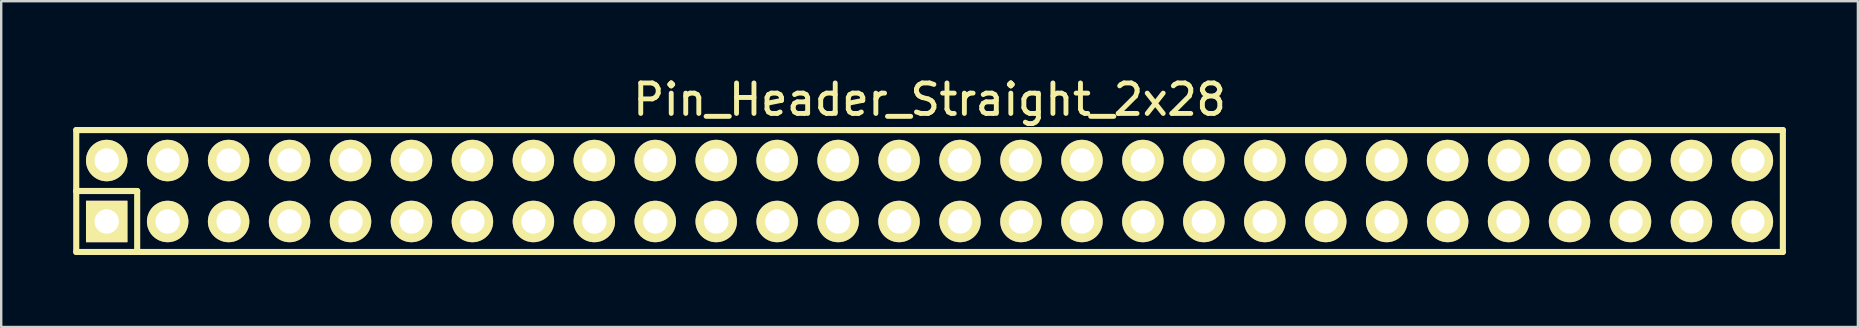
<source format=kicad_pcb>
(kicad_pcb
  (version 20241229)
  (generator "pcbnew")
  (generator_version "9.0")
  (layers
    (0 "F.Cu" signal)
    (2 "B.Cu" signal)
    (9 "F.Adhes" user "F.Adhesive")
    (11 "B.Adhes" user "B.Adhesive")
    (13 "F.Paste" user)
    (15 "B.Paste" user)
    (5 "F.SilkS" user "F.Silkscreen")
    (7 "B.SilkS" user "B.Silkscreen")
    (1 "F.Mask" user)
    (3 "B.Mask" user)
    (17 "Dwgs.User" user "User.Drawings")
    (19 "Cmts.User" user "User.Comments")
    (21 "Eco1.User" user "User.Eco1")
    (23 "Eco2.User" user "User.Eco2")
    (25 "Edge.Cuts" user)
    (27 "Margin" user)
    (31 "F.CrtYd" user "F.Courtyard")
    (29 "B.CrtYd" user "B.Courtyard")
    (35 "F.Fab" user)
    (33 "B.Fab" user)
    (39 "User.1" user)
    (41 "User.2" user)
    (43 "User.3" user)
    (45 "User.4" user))
  (footprint "Pin_Header_Straight_2x28"
    (layer "F.Cu")
    (at 35.687 4.91)
    (property "Reference" "Pin_Header_Straight_2x28" (at 0 -3.81 0) (layer "F.SilkS") (effects (font (size 1.27 1.27) (thickness 0.203))))
    (attr through_hole)
    (fp_line (start -35.56 -2.54) (end -35.56 0) (stroke (width 0.254) (type solid)) (layer "F.SilkS"))
    (fp_line (start -35.56 -2.54) (end 35.56 -2.54) (stroke (width 0.254) (type solid)) (layer "F.SilkS"))
    (fp_line (start -35.56 0) (end -33.02 0) (stroke (width 0.254) (type solid)) (layer "F.SilkS"))
    (fp_line (start -35.56 2.54) (end -35.56 0) (stroke (width 0.254) (type solid)) (layer "F.SilkS"))
    (fp_line (start -35.56 2.54) (end -33.02 2.54) (stroke (width 0.254) (type solid)) (layer "F.SilkS"))
    (fp_line (start -33.02 0) (end -33.02 2.54) (stroke (width 0.254) (type solid)) (layer "F.SilkS"))
    (fp_line (start -33.02 2.54) (end 35.56 2.54) (stroke (width 0.254) (type solid)) (layer "F.SilkS"))
    (fp_line (start 35.56 -2.54) (end 35.56 2.54) (stroke (width 0.254) (type solid)) (layer "F.SilkS"))
    (pad "1" thru_hole rect (at -34.29 1.27) (size 1.727 1.727) (drill 1.016) (layers "*.Cu" "*.Mask" "F.SilkS"))
    (pad "2" thru_hole oval (at -31.75 1.27) (size 1.727 1.727) (drill 1.016) (layers "*.Cu" "*.Mask" "F.SilkS"))
    (pad "3" thru_hole oval (at -29.21 1.27) (size 1.727 1.727) (drill 1.016) (layers "*.Cu" "*.Mask" "F.SilkS"))
    (pad "4" thru_hole oval (at -26.67 1.27) (size 1.727 1.727) (drill 1.016) (layers "*.Cu" "*.Mask" "F.SilkS"))
    (pad "5" thru_hole oval (at -24.13 1.27) (size 1.727 1.727) (drill 1.016) (layers "*.Cu" "*.Mask" "F.SilkS"))
    (pad "6" thru_hole oval (at -21.59 1.27) (size 1.727 1.727) (drill 1.016) (layers "*.Cu" "*.Mask" "F.SilkS"))
    (pad "7" thru_hole oval (at -19.05 1.27) (size 1.727 1.727) (drill 1.016) (layers "*.Cu" "*.Mask" "F.SilkS"))
    (pad "8" thru_hole oval (at -16.51 1.27) (size 1.727 1.727) (drill 1.016) (layers "*.Cu" "*.Mask" "F.SilkS"))
    (pad "9" thru_hole oval (at -13.97 1.27) (size 1.727 1.727) (drill 1.016) (layers "*.Cu" "*.Mask" "F.SilkS"))
    (pad "10" thru_hole oval (at -11.43 1.27) (size 1.727 1.727) (drill 1.016) (layers "*.Cu" "*.Mask" "F.SilkS"))
    (pad "11" thru_hole oval (at -8.89 1.27) (size 1.727 1.727) (drill 1.016) (layers "*.Cu" "*.Mask" "F.SilkS"))
    (pad "12" thru_hole oval (at -6.35 1.27) (size 1.727 1.727) (drill 1.016) (layers "*.Cu" "*.Mask" "F.SilkS"))
    (pad "13" thru_hole oval (at -3.81 1.27) (size 1.727 1.727) (drill 1.016) (layers "*.Cu" "*.Mask" "F.SilkS"))
    (pad "14" thru_hole oval (at -1.27 1.27) (size 1.727 1.727) (drill 1.016) (layers "*.Cu" "*.Mask" "F.SilkS"))
    (pad "15" thru_hole oval (at 1.27 1.27) (size 1.727 1.727) (drill 1.016) (layers "*.Cu" "*.Mask" "F.SilkS"))
    (pad "16" thru_hole oval (at 3.81 1.27) (size 1.727 1.727) (drill 1.016) (layers "*.Cu" "*.Mask" "F.SilkS"))
    (pad "17" thru_hole oval (at 6.35 1.27) (size 1.727 1.727) (drill 1.016) (layers "*.Cu" "*.Mask" "F.SilkS"))
    (pad "18" thru_hole oval (at 8.89 1.27) (size 1.727 1.727) (drill 1.016) (layers "*.Cu" "*.Mask" "F.SilkS"))
    (pad "19" thru_hole oval (at 11.43 1.27) (size 1.727 1.727) (drill 1.016) (layers "*.Cu" "*.Mask" "F.SilkS"))
    (pad "20" thru_hole oval (at 13.97 1.27) (size 1.727 1.727) (drill 1.016) (layers "*.Cu" "*.Mask" "F.SilkS"))
    (pad "21" thru_hole oval (at 16.51 1.27) (size 1.727 1.727) (drill 1.016) (layers "*.Cu" "*.Mask" "F.SilkS"))
    (pad "22" thru_hole oval (at 19.05 1.27) (size 1.727 1.727) (drill 1.016) (layers "*.Cu" "*.Mask" "F.SilkS"))
    (pad "23" thru_hole oval (at 21.59 1.27) (size 1.727 1.727) (drill 1.016) (layers "*.Cu" "*.Mask" "F.SilkS"))
    (pad "24" thru_hole oval (at 24.13 1.27) (size 1.727 1.727) (drill 1.016) (layers "*.Cu" "*.Mask" "F.SilkS"))
    (pad "25" thru_hole oval (at 26.67 1.27) (size 1.727 1.727) (drill 1.016) (layers "*.Cu" "*.Mask" "F.SilkS"))
    (pad "26" thru_hole oval (at 29.21 1.27) (size 1.727 1.727) (drill 1.016) (layers "*.Cu" "*.Mask" "F.SilkS"))
    (pad "27" thru_hole oval (at 31.75 1.27) (size 1.727 1.727) (drill 1.016) (layers "*.Cu" "*.Mask" "F.SilkS"))
    (pad "28" thru_hole oval (at 34.29 1.27) (size 1.727 1.727) (drill 1.016) (layers "*.Cu" "*.Mask" "F.SilkS"))
    (pad "29" thru_hole oval (at 34.29 -1.27) (size 1.727 1.727) (drill 1.016) (layers "*.Cu" "*.Mask" "F.SilkS"))
    (pad "30" thru_hole oval (at 31.75 -1.27) (size 1.727 1.727) (drill 1.016) (layers "*.Cu" "*.Mask" "F.SilkS"))
    (pad "31" thru_hole oval (at 29.21 -1.27) (size 1.727 1.727) (drill 1.016) (layers "*.Cu" "*.Mask" "F.SilkS"))
    (pad "32" thru_hole oval (at 26.67 -1.27) (size 1.727 1.727) (drill 1.016) (layers "*.Cu" "*.Mask" "F.SilkS"))
    (pad "33" thru_hole oval (at 24.13 -1.27) (size 1.727 1.727) (drill 1.016) (layers "*.Cu" "*.Mask" "F.SilkS"))
    (pad "34" thru_hole oval (at 21.59 -1.27) (size 1.727 1.727) (drill 1.016) (layers "*.Cu" "*.Mask" "F.SilkS"))
    (pad "35" thru_hole oval (at 19.05 -1.27) (size 1.727 1.727) (drill 1.016) (layers "*.Cu" "*.Mask" "F.SilkS"))
    (pad "36" thru_hole oval (at 16.51 -1.27) (size 1.727 1.727) (drill 1.016) (layers "*.Cu" "*.Mask" "F.SilkS"))
    (pad "37" thru_hole oval (at 13.97 -1.27) (size 1.727 1.727) (drill 1.016) (layers "*.Cu" "*.Mask" "F.SilkS"))
    (pad "38" thru_hole oval (at 11.43 -1.27) (size 1.727 1.727) (drill 1.016) (layers "*.Cu" "*.Mask" "F.SilkS"))
    (pad "39" thru_hole oval (at 8.89 -1.27) (size 1.727 1.727) (drill 1.016) (layers "*.Cu" "*.Mask" "F.SilkS"))
    (pad "40" thru_hole oval (at 6.35 -1.27) (size 1.727 1.727) (drill 1.016) (layers "*.Cu" "*.Mask" "F.SilkS"))
    (pad "41" thru_hole oval (at 3.81 -1.27) (size 1.727 1.727) (drill 1.016) (layers "*.Cu" "*.Mask" "F.SilkS"))
    (pad "42" thru_hole oval (at 1.27 -1.27) (size 1.727 1.727) (drill 1.016) (layers "*.Cu" "*.Mask" "F.SilkS"))
    (pad "43" thru_hole oval (at -1.27 -1.27) (size 1.727 1.727) (drill 1.016) (layers "*.Cu" "*.Mask" "F.SilkS"))
    (pad "44" thru_hole oval (at -3.81 -1.27) (size 1.727 1.727) (drill 1.016) (layers "*.Cu" "*.Mask" "F.SilkS"))
    (pad "45" thru_hole oval (at -6.35 -1.27) (size 1.727 1.727) (drill 1.016) (layers "*.Cu" "*.Mask" "F.SilkS"))
    (pad "46" thru_hole oval (at -8.89 -1.27) (size 1.727 1.727) (drill 1.016) (layers "*.Cu" "*.Mask" "F.SilkS"))
    (pad "47" thru_hole oval (at -11.43 -1.27) (size 1.727 1.727) (drill 1.016) (layers "*.Cu" "*.Mask" "F.SilkS"))
    (pad "48" thru_hole oval (at -13.97 -1.27) (size 1.727 1.727) (drill 1.016) (layers "*.Cu" "*.Mask" "F.SilkS"))
    (pad "49" thru_hole oval (at -16.51 -1.27) (size 1.727 1.727) (drill 1.016) (layers "*.Cu" "*.Mask" "F.SilkS"))
    (pad "50" thru_hole oval (at -19.05 -1.27) (size 1.727 1.727) (drill 1.016) (layers "*.Cu" "*.Mask" "F.SilkS"))
    (pad "51" thru_hole oval (at -21.59 -1.27) (size 1.727 1.727) (drill 1.016) (layers "*.Cu" "*.Mask" "F.SilkS"))
    (pad "52" thru_hole oval (at -24.13 -1.27) (size 1.727 1.727) (drill 1.016) (layers "*.Cu" "*.Mask" "F.SilkS"))
    (pad "53" thru_hole oval (at -26.67 -1.27) (size 1.727 1.727) (drill 1.016) (layers "*.Cu" "*.Mask" "F.SilkS"))
    (pad "54" thru_hole oval (at -29.21 -1.27) (size 1.727 1.727) (drill 1.016) (layers "*.Cu" "*.Mask" "F.SilkS"))
    (pad "55" thru_hole oval (at -31.75 -1.27) (size 1.727 1.727) (drill 1.016) (layers "*.Cu" "*.Mask" "F.SilkS"))
    (pad "56" thru_hole oval (at -34.29 -1.27) (size 1.727 1.727) (drill 1.016) (layers "*.Cu" "*.Mask" "F.SilkS")))
  (gr_rect
    (start -3 -3)
    (end 74.374 10.577)
    (stroke (width 0.1) (type default))
    (fill no)
    (layer "Edge.Cuts")))
</source>
